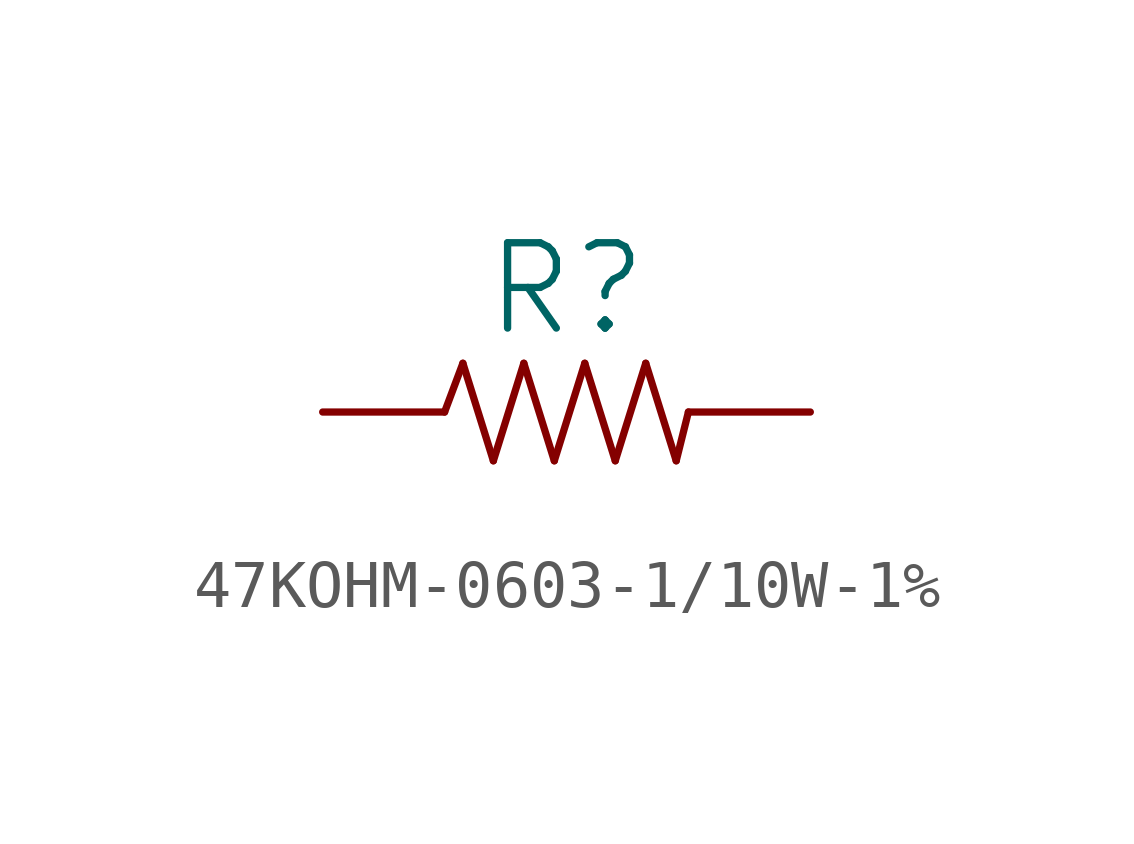
<source format=kicad_sym>
(kicad_symbol_lib
  (version 20231120)
  (generator "kicad_symbol_editor")
  (generator_version "8.0")
  (symbol "47KOHM-0603-1/10W-1%"
    (property "Reference" "R"
      (at 0 1.524 0)
      (effects (font (size 1.778 1.778)) (justify bottom)))
    (property "Value" ""
      (at 0 -1.524 0)
      (effects (font (size 1.778 1.778)) (justify top)))
    (property "ki_locked" ""
      (at 0 0 0)
      (effects (font (size 1.27 1.27))))
    (symbol "47KOHM-0603-1/10W-1%_1_0"
      (polyline (pts (xy -2.54 0) (xy -2.159 1.016)) (stroke (width 0.152) (type solid)) (fill (type none)))
      (polyline (pts (xy -2.159 1.016) (xy -1.524 -1.016)) (stroke (width 0.152) (type solid)) (fill (type none)))
      (polyline (pts (xy -1.524 -1.016) (xy -0.889 1.016)) (stroke (width 0.152) (type solid)) (fill (type none)))
      (polyline (pts (xy -0.889 1.016) (xy -0.254 -1.016)) (stroke (width 0.152) (type solid)) (fill (type none)))
      (polyline (pts (xy -0.254 -1.016) (xy 0.381 1.016)) (stroke (width 0.152) (type solid)) (fill (type none)))
      (polyline (pts (xy 0.381 1.016) (xy 1.016 -1.016)) (stroke (width 0.152) (type solid)) (fill (type none)))
      (polyline (pts (xy 1.016 -1.016) (xy 1.651 1.016)) (stroke (width 0.152) (type solid)) (fill (type none)))
      (polyline (pts (xy 1.651 1.016) (xy 2.286 -1.016)) (stroke (width 0.152) (type solid)) (fill (type none)))
      (polyline (pts (xy 2.286 -1.016) (xy 2.54 0)) (stroke (width 0.152) (type solid)) (fill (type none)))
      (pin passive line (at -5.08 0 0) (length 2.54) (name "1" (effects (font (size 0 0)))) (number "1" (effects (font (size 0 0)))))
      (pin passive line (at 5.08 0 180) (length 2.54) (name "2" (effects (font (size 0 0)))) (number "2" (effects (font (size 0 0))))))))
</source>
